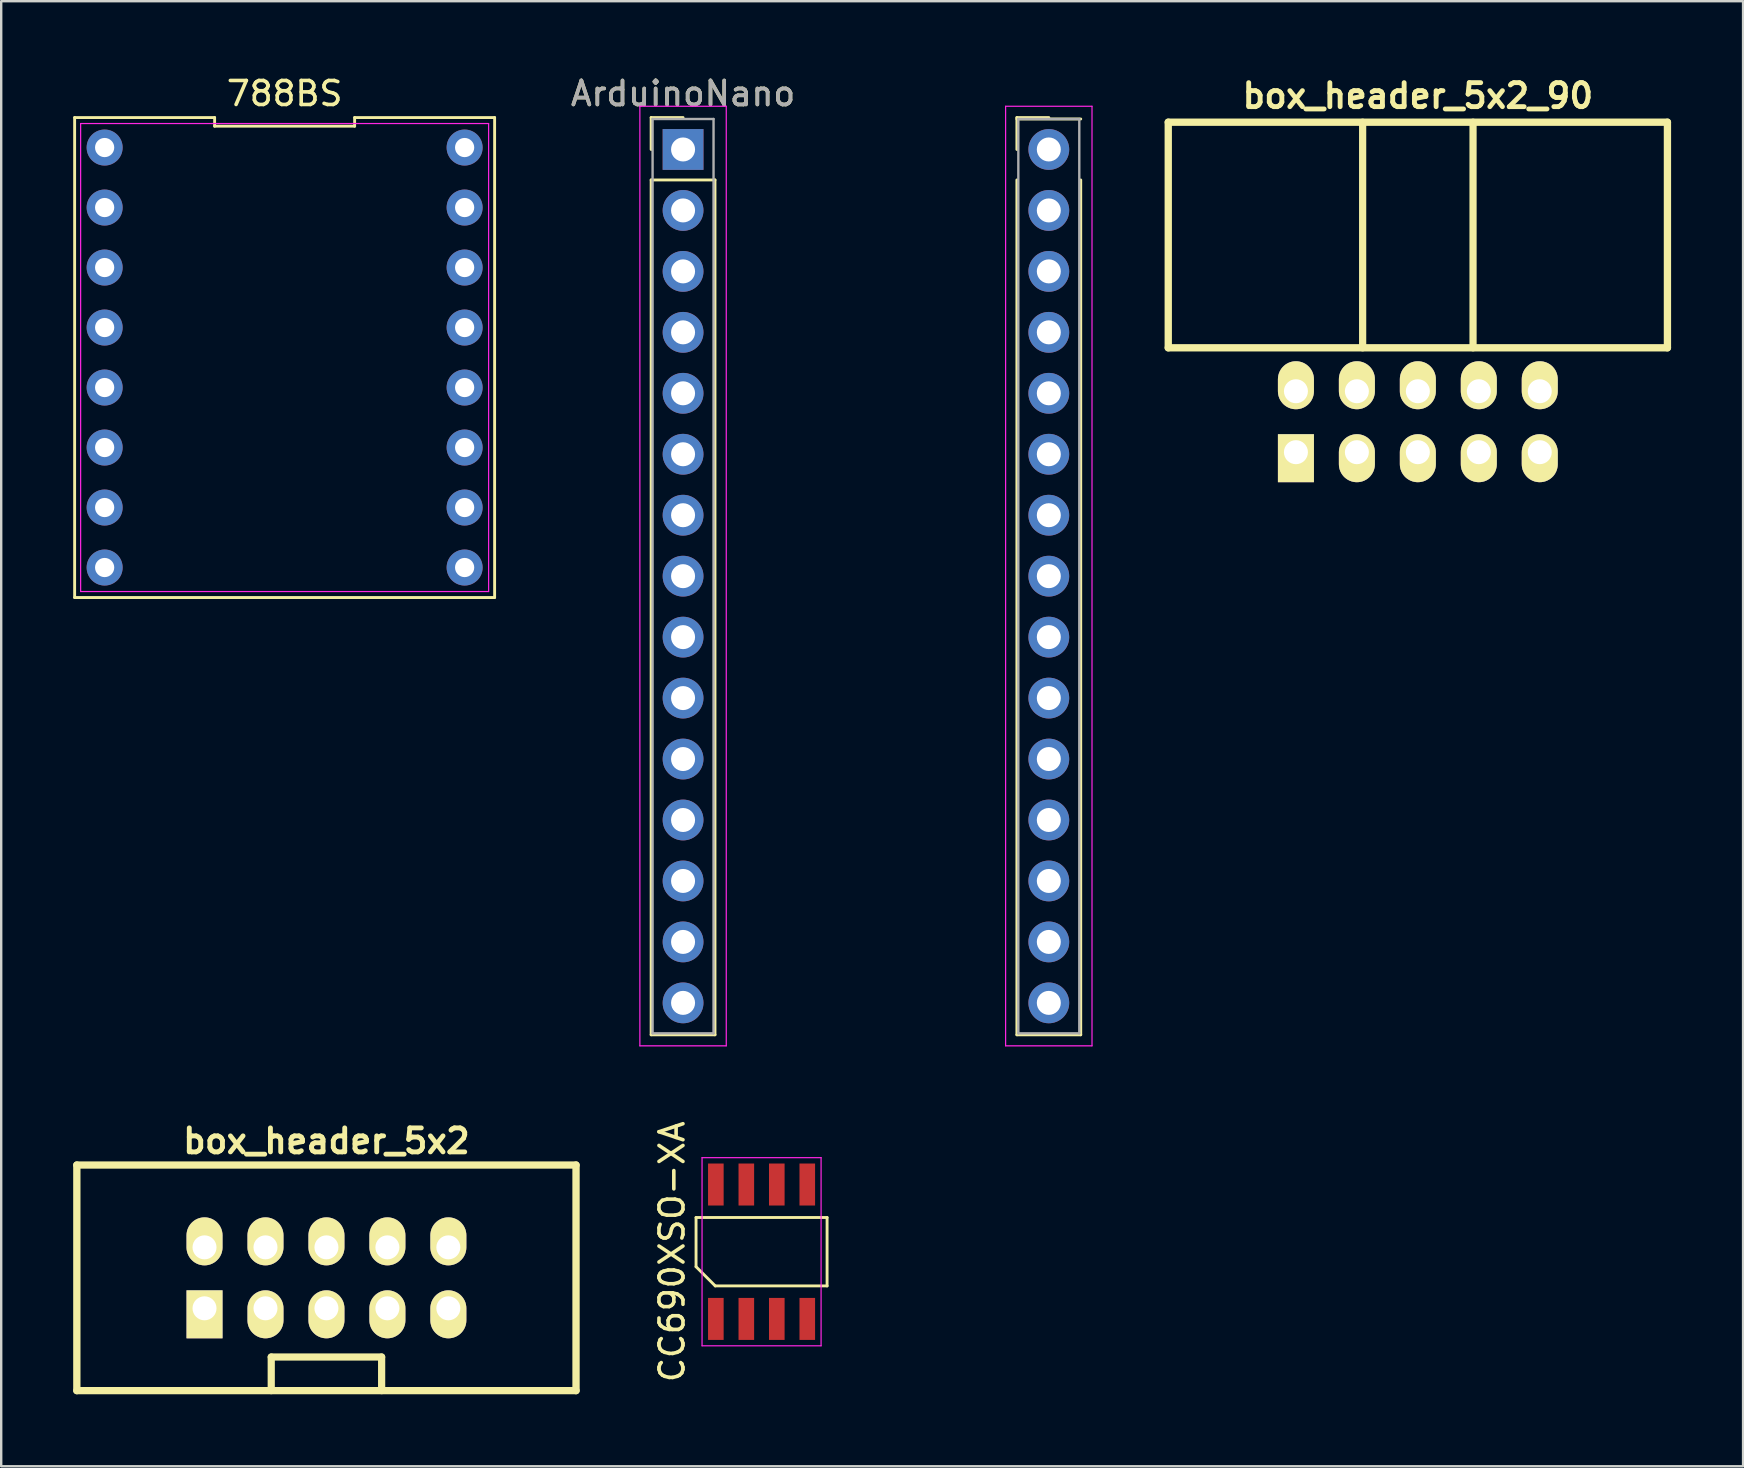
<source format=kicad_pcb>
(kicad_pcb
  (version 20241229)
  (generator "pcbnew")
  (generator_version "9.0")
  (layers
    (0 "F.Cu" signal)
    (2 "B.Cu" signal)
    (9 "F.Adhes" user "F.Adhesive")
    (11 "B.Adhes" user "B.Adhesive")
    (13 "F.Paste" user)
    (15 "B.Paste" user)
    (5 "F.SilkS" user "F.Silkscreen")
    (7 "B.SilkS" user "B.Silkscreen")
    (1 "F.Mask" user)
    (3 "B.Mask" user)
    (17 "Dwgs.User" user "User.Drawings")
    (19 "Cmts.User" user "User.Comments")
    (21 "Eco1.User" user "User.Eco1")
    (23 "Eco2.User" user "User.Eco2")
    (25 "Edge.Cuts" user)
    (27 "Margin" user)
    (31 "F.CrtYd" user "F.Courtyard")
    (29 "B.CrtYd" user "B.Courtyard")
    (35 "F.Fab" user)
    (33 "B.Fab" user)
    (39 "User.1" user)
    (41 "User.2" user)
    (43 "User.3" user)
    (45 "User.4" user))
  (footprint "ArduinoNano"
    (layer "F.Cu")
    (at 25.412 3.178)
    (property "Reference" "ArduinoNano" (at 0 -2.33 0) (layer "F.SilkS") (effects (font (size 1 1) (thickness 0.15))))
    (attr through_hole)
    (fp_line (start -1.33 -1.33) (end 0 -1.33) (stroke (width 0.12) (type solid)) (layer "F.SilkS"))
    (fp_line (start -1.33 0) (end -1.33 -1.33) (stroke (width 0.12) (type solid)) (layer "F.SilkS"))
    (fp_line (start -1.33 1.27) (end -1.33 36.89) (stroke (width 0.12) (type solid)) (layer "F.SilkS"))
    (fp_line (start -1.33 36.89) (end 1.33 36.89) (stroke (width 0.12) (type solid)) (layer "F.SilkS"))
    (fp_line (start 1.33 1.27) (end -1.33 1.27) (stroke (width 0.12) (type solid)) (layer "F.SilkS"))
    (fp_line (start 1.33 36.89) (end 1.33 1.27) (stroke (width 0.12) (type solid)) (layer "F.SilkS"))
    (fp_line (start 13.91 -1.33) (end 15.24 -1.33) (stroke (width 0.12) (type solid)) (layer "F.SilkS"))
    (fp_line (start 13.91 0) (end 13.91 -1.33) (stroke (width 0.12) (type solid)) (layer "F.SilkS"))
    (fp_line (start 13.91 1.27) (end 13.91 36.89) (stroke (width 0.12) (type solid)) (layer "F.SilkS"))
    (fp_line (start 13.91 36.89) (end 16.57 36.89) (stroke (width 0.12) (type solid)) (layer "F.SilkS"))
    (fp_line (start 16.57 -1.27) (end 13.91 -1.27) (stroke (width 0.12) (type solid)) (layer "F.SilkS"))
    (fp_line (start 16.57 36.89) (end 16.57 1.27) (stroke (width 0.12) (type solid)) (layer "F.SilkS"))
    (fp_line (start -1.8 -1.8) (end -1.8 37.35) (stroke (width 0.05) (type solid)) (layer "F.CrtYd"))
    (fp_line (start -1.8 37.35) (end 1.8 37.35) (stroke (width 0.05) (type solid)) (layer "F.CrtYd"))
    (fp_line (start 1.8 -1.8) (end -1.8 -1.8) (stroke (width 0.05) (type solid)) (layer "F.CrtYd"))
    (fp_line (start 1.8 37.35) (end 1.8 -1.8) (stroke (width 0.05) (type solid)) (layer "F.CrtYd"))
    (fp_line (start 13.44 -1.8) (end 13.44 37.35) (stroke (width 0.05) (type solid)) (layer "F.CrtYd"))
    (fp_line (start 13.44 37.35) (end 17.04 37.35) (stroke (width 0.05) (type solid)) (layer "F.CrtYd"))
    (fp_line (start 17.04 -1.8) (end 13.44 -1.8) (stroke (width 0.05) (type solid)) (layer "F.CrtYd"))
    (fp_line (start 17.04 37.35) (end 17.04 -1.8) (stroke (width 0.05) (type solid)) (layer "F.CrtYd"))
    (fp_line (start -1.27 -1.27) (end -1.27 36.83) (stroke (width 0.1) (type solid)) (layer "F.Fab"))
    (fp_line (start -1.27 36.83) (end 1.27 36.83) (stroke (width 0.1) (type solid)) (layer "F.Fab"))
    (fp_line (start 1.27 -1.27) (end -1.27 -1.27) (stroke (width 0.1) (type solid)) (layer "F.Fab"))
    (fp_line (start 1.27 36.83) (end 1.27 -1.27) (stroke (width 0.1) (type solid)) (layer "F.Fab"))
    (fp_line (start 13.97 -1.27) (end 13.97 36.83) (stroke (width 0.1) (type solid)) (layer "F.Fab"))
    (fp_line (start 13.97 36.83) (end 16.51 36.83) (stroke (width 0.1) (type solid)) (layer "F.Fab"))
    (fp_line (start 16.51 -1.27) (end 13.97 -1.27) (stroke (width 0.1) (type solid)) (layer "F.Fab"))
    (fp_line (start 16.51 36.83) (end 16.51 -1.27) (stroke (width 0.1) (type solid)) (layer "F.Fab"))
    (fp_text user "${REFERENCE}" (at 0 -2.33 0) (layer "F.Fab") (effects (font (size 1 1) (thickness 0.15))))
    (pad "1" thru_hole rect (at 0 0) (size 1.7 1.7) (drill 1) (layers "*.Cu" "*.Mask"))
    (pad "2" thru_hole oval (at 0 2.54) (size 1.7 1.7) (drill 1) (layers "*.Cu" "*.Mask"))
    (pad "3" thru_hole oval (at 0 5.08) (size 1.7 1.7) (drill 1) (layers "*.Cu" "*.Mask"))
    (pad "4" thru_hole oval (at 0 7.62) (size 1.7 1.7) (drill 1) (layers "*.Cu" "*.Mask"))
    (pad "5" thru_hole oval (at 0 10.16) (size 1.7 1.7) (drill 1) (layers "*.Cu" "*.Mask"))
    (pad "6" thru_hole oval (at 0 12.7) (size 1.7 1.7) (drill 1) (layers "*.Cu" "*.Mask"))
    (pad "7" thru_hole oval (at 0 15.24) (size 1.7 1.7) (drill 1) (layers "*.Cu" "*.Mask"))
    (pad "8" thru_hole oval (at 0 17.78) (size 1.7 1.7) (drill 1) (layers "*.Cu" "*.Mask"))
    (pad "9" thru_hole oval (at 0 20.32) (size 1.7 1.7) (drill 1) (layers "*.Cu" "*.Mask"))
    (pad "10" thru_hole oval (at 0 22.86) (size 1.7 1.7) (drill 1) (layers "*.Cu" "*.Mask"))
    (pad "11" thru_hole oval (at 0 25.4) (size 1.7 1.7) (drill 1) (layers "*.Cu" "*.Mask"))
    (pad "12" thru_hole oval (at 0 27.94) (size 1.7 1.7) (drill 1) (layers "*.Cu" "*.Mask"))
    (pad "13" thru_hole oval (at 0 30.48) (size 1.7 1.7) (drill 1) (layers "*.Cu" "*.Mask"))
    (pad "14" thru_hole oval (at 0 33.02) (size 1.7 1.7) (drill 1) (layers "*.Cu" "*.Mask"))
    (pad "15" thru_hole oval (at 0 35.56) (size 1.7 1.7) (drill 1) (layers "*.Cu" "*.Mask"))
    (pad "16" thru_hole oval (at 15.24 35.56) (size 1.7 1.7) (drill 1) (layers "*.Cu" "*.Mask"))
    (pad "17" thru_hole oval (at 15.24 33.02) (size 1.7 1.7) (drill 1) (layers "*.Cu" "*.Mask"))
    (pad "18" thru_hole oval (at 15.24 30.48) (size 1.7 1.7) (drill 1) (layers "*.Cu" "*.Mask"))
    (pad "19" thru_hole oval (at 15.24 27.94) (size 1.7 1.7) (drill 1) (layers "*.Cu" "*.Mask"))
    (pad "20" thru_hole oval (at 15.24 25.4) (size 1.7 1.7) (drill 1) (layers "*.Cu" "*.Mask"))
    (pad "21" thru_hole oval (at 15.24 22.86) (size 1.7 1.7) (drill 1) (layers "*.Cu" "*.Mask"))
    (pad "22" thru_hole oval (at 15.24 20.32) (size 1.7 1.7) (drill 1) (layers "*.Cu" "*.Mask"))
    (pad "23" thru_hole oval (at 15.24 17.78) (size 1.7 1.7) (drill 1) (layers "*.Cu" "*.Mask"))
    (pad "24" thru_hole oval (at 15.24 15.24) (size 1.7 1.7) (drill 1) (layers "*.Cu" "*.Mask"))
    (pad "25" thru_hole oval (at 15.24 12.7) (size 1.7 1.7) (drill 1) (layers "*.Cu" "*.Mask"))
    (pad "26" thru_hole oval (at 15.24 10.16) (size 1.7 1.7) (drill 1) (layers "*.Cu" "*.Mask"))
    (pad "27" thru_hole oval (at 15.24 7.62) (size 1.7 1.7) (drill 1) (layers "*.Cu" "*.Mask"))
    (pad "28" thru_hole oval (at 15.24 5.08) (size 1.7 1.7) (drill 1) (layers "*.Cu" "*.Mask"))
    (pad "29" thru_hole oval (at 15.24 2.54) (size 1.7 1.7) (drill 1) (layers "*.Cu" "*.Mask"))
    (pad "30" thru_hole circle (at 15.24 0) (size 1.7 1.7) (drill 1) (layers "*.Cu" "*.Mask")))
  (footprint "CC690XSO-XA"
    (layer "F.Cu")
    (at 28.683 49.107)
    (property "Reference" "CC690XSO-XA" (at -3.73 0 90) (layer "F.SilkS") (effects (font (size 1 1) (thickness 0.15))))
    (attr smd)
    (fp_line (start -2.73 -1.425) (end 2.73 -1.425) (stroke (width 0.12) (type solid)) (layer "F.SilkS"))
    (fp_line (start -2.73 0.625) (end -2.73 -1.425) (stroke (width 0.12) (type solid)) (layer "F.SilkS"))
    (fp_line (start -1.93 1.425) (end -2.73 0.625) (stroke (width 0.12) (type solid)) (layer "F.SilkS"))
    (fp_line (start 2.73 -1.425) (end 2.73 1.425) (stroke (width 0.12) (type solid)) (layer "F.SilkS"))
    (fp_line (start 2.73 1.425) (end -1.93 1.425) (stroke (width 0.12) (type solid)) (layer "F.SilkS"))
    (fp_line (start -2.48 -3.92) (end 2.48 -3.92) (stroke (width 0.05) (type solid)) (layer "F.CrtYd"))
    (fp_line (start -2.48 3.92) (end -2.48 -3.92) (stroke (width 0.05) (type solid)) (layer "F.CrtYd"))
    (fp_line (start 2.48 -3.92) (end 2.48 3.92) (stroke (width 0.05) (type solid)) (layer "F.CrtYd"))
    (fp_line (start 2.48 3.92) (end -2.48 3.92) (stroke (width 0.05) (type solid)) (layer "F.CrtYd"))
    (pad "1" smd rect (at -1.905 2.8) (size 0.65 1.75) (layers "F.Cu" "F.Mask" "F.Paste"))
    (pad "2" smd rect (at -0.635 2.8) (size 0.65 1.75) (layers "F.Cu" "F.Mask" "F.Paste"))
    (pad "3" smd rect (at 0.635 2.8) (size 0.65 1.75) (layers "F.Cu" "F.Mask" "F.Paste"))
    (pad "4" smd rect (at 1.905 2.8) (size 0.65 1.75) (layers "F.Cu" "F.Mask" "F.Paste"))
    (pad "5" smd rect (at 1.905 -2.8) (size 0.65 1.75) (layers "F.Cu" "F.Mask" "F.Paste"))
    (pad "6" smd rect (at 0.635 -2.8) (size 0.65 1.75) (layers "F.Cu" "F.Mask" "F.Paste"))
    (pad "7" smd rect (at -0.635 -2.8) (size 0.65 1.75) (layers "F.Cu" "F.Mask" "F.Paste"))
    (pad "8" smd rect (at -1.905 -2.8) (size 0.65 1.75) (layers "F.Cu" "F.Mask" "F.Paste")))
  (footprint "box_header_5x2"
    (layer "F.Cu")
    (at 10.552 50.195)
    (property "Reference" "box_header_5x2" (at 0 -5.7 0) (layer "F.SilkS") (effects (font (size 1 1) (thickness 0.203))))
    (attr through_hole)
    (fp_line (start -10.4 -4.7) (end -10.4 4.7) (stroke (width 0.305) (type solid)) (layer "F.SilkS"))
    (fp_line (start -10.4 4.7) (end 10.4 4.7) (stroke (width 0.305) (type solid)) (layer "F.SilkS"))
    (fp_line (start -2.3 3.3) (end -2.3 4.7) (stroke (width 0.3) (type solid)) (layer "F.SilkS"))
    (fp_line (start 2.3 3.3) (end -2.3 3.3) (stroke (width 0.3) (type solid)) (layer "F.SilkS"))
    (fp_line (start 2.3 4.7) (end 2.3 3.3) (stroke (width 0.3) (type solid)) (layer "F.SilkS"))
    (fp_line (start 10.4 -4.7) (end -10.4 -4.7) (stroke (width 0.305) (type solid)) (layer "F.SilkS"))
    (fp_line (start 10.4 -4.7) (end 10.4 4.7) (stroke (width 0.305) (type solid)) (layer "F.SilkS"))
    (pad "1" thru_hole rect (at -5.08 1.27) (size 1.5 2) (drill 1 (offset 0 0.25)) (layers "*.Cu" "*.Mask" "F.SilkS"))
    (pad "2" thru_hole oval (at -5.08 -1.27) (size 1.5 2) (drill 1 (offset 0 -0.25)) (layers "*.Cu" "*.Mask" "F.SilkS"))
    (pad "3" thru_hole oval (at -2.54 1.27) (size 1.5 2) (drill 1 (offset 0 0.25)) (layers "*.Cu" "*.Mask" "F.SilkS"))
    (pad "4" thru_hole oval (at -2.54 -1.27) (size 1.5 2) (drill 1 (offset 0 -0.25)) (layers "*.Cu" "*.Mask" "F.SilkS"))
    (pad "5" thru_hole oval (at 0 1.27) (size 1.5 2) (drill 1 (offset 0 0.25)) (layers "*.Cu" "*.Mask" "F.SilkS"))
    (pad "6" thru_hole oval (at 0 -1.27) (size 1.5 2) (drill 1 (offset 0 -0.25)) (layers "*.Cu" "*.Mask" "F.SilkS"))
    (pad "7" thru_hole oval (at 2.54 1.27) (size 1.5 2) (drill 1 (offset 0 0.25)) (layers "*.Cu" "*.Mask" "F.SilkS"))
    (pad "8" thru_hole oval (at 2.54 -1.27) (size 1.5 2) (drill 1 (offset 0 -0.25)) (layers "*.Cu" "*.Mask" "F.SilkS"))
    (pad "9" thru_hole oval (at 5.08 1.27) (size 1.5 2) (drill 1 (offset 0 0.25)) (layers "*.Cu" "*.Mask" "F.SilkS"))
    (pad "10" thru_hole oval (at 5.08 -1.27) (size 1.5 2) (drill 1 (offset 0 -0.25)) (layers "*.Cu" "*.Mask" "F.SilkS")))
  (footprint "box_header_5x2_90"
    (layer "F.Cu")
    (at 56.029 9.442)
    (property "Reference" "box_header_5x2_90" (at 0 -8.5 0) (layer "F.SilkS") (effects (font (size 1 1) (thickness 0.203))))
    (attr through_hole)
    (fp_line (start -10.4 -7.4) (end -10.4 2) (stroke (width 0.305) (type solid)) (layer "F.SilkS"))
    (fp_line (start -10.4 2) (end 10.4 2) (stroke (width 0.305) (type solid)) (layer "F.SilkS"))
    (fp_line (start -2.3 -7.4) (end -2.3 2) (stroke (width 0.3) (type solid)) (layer "F.SilkS"))
    (fp_line (start 2.3 -7.4) (end 2.3 2) (stroke (width 0.3) (type solid)) (layer "F.SilkS"))
    (fp_line (start 10.4 -7.4) (end -10.4 -7.4) (stroke (width 0.305) (type solid)) (layer "F.SilkS"))
    (fp_line (start 10.4 -7.4) (end 10.4 2) (stroke (width 0.305) (type solid)) (layer "F.SilkS"))
    (pad "1" thru_hole rect (at -5.08 6.35) (size 1.5 2) (drill 1 (offset 0 0.25)) (layers "*.Cu" "*.Mask" "F.SilkS"))
    (pad "2" thru_hole oval (at -5.08 3.81) (size 1.5 2) (drill 1 (offset 0 -0.25)) (layers "*.Cu" "*.Mask" "F.SilkS"))
    (pad "3" thru_hole oval (at -2.54 6.35) (size 1.5 2) (drill 1 (offset 0 0.25)) (layers "*.Cu" "*.Mask" "F.SilkS"))
    (pad "4" thru_hole oval (at -2.54 3.81) (size 1.5 2) (drill 1 (offset 0 -0.25)) (layers "*.Cu" "*.Mask" "F.SilkS"))
    (pad "5" thru_hole oval (at 0 6.35) (size 1.5 2) (drill 1 (offset 0 0.25)) (layers "*.Cu" "*.Mask" "F.SilkS"))
    (pad "6" thru_hole oval (at 0 3.81) (size 1.5 2) (drill 1 (offset 0 -0.25)) (layers "*.Cu" "*.Mask" "F.SilkS"))
    (pad "7" thru_hole oval (at 2.54 6.35) (size 1.5 2) (drill 1 (offset 0 0.25)) (layers "*.Cu" "*.Mask" "F.SilkS"))
    (pad "8" thru_hole oval (at 2.54 3.81) (size 1.5 2) (drill 1 (offset 0 -0.25)) (layers "*.Cu" "*.Mask" "F.SilkS"))
    (pad "9" thru_hole oval (at 5.08 6.35) (size 1.5 2) (drill 1 (offset 0 0.25)) (layers "*.Cu" "*.Mask" "F.SilkS"))
    (pad "10" thru_hole oval (at 5.08 3.81) (size 1.5 2) (drill 1 (offset 0 -0.25)) (layers "*.Cu" "*.Mask" "F.SilkS")))
  (footprint "788BS"
    (layer "F.Cu")
    (at 8.81 11.848)
    (property "Reference" "788BS" (at 0 -11 0) (layer "F.SilkS") (effects (font (size 1 1) (thickness 0.15))))
    (attr through_hole)
    (fp_line (start -8.75 -10) (end -8.75 10) (stroke (width 0.12) (type solid)) (layer "F.SilkS"))
    (fp_line (start -8.75 10) (end 8.75 10) (stroke (width 0.12) (type solid)) (layer "F.SilkS"))
    (fp_line (start -2.917 -10) (end -8.75 -10) (stroke (width 0.12) (type solid)) (layer "F.SilkS"))
    (fp_line (start -2.917 -9.64) (end -2.917 -10) (stroke (width 0.12) (type solid)) (layer "F.SilkS"))
    (fp_line (start 2.917 -10) (end 2.917 -9.64) (stroke (width 0.12) (type solid)) (layer "F.SilkS"))
    (fp_line (start 2.917 -9.64) (end -2.917 -9.64) (stroke (width 0.12) (type solid)) (layer "F.SilkS"))
    (fp_line (start 8.75 -10) (end 2.917 -10) (stroke (width 0.12) (type solid)) (layer "F.SilkS"))
    (fp_line (start 8.75 10) (end 8.75 -10) (stroke (width 0.12) (type solid)) (layer "F.SilkS"))
    (fp_line (start -8.5 -9.75) (end 8.5 -9.75) (stroke (width 0.05) (type solid)) (layer "F.CrtYd"))
    (fp_line (start -8.5 9.75) (end -8.5 -9.75) (stroke (width 0.05) (type solid)) (layer "F.CrtYd"))
    (fp_line (start 8.5 -9.75) (end 8.5 9.75) (stroke (width 0.05) (type solid)) (layer "F.CrtYd"))
    (fp_line (start 8.5 9.75) (end -8.5 9.75) (stroke (width 0.05) (type solid)) (layer "F.CrtYd"))
    (pad "1" thru_hole circle (at -7.5 -8.75 270) (size 1.5 1.5) (drill 0.8) (layers "*.Cu" "*.Mask"))
    (pad "2" thru_hole circle (at -7.5 -6.25 270) (size 1.5 1.5) (drill 0.8) (layers "*.Cu" "*.Mask"))
    (pad "3" thru_hole circle (at -7.5 -3.75 270) (size 1.5 1.5) (drill 0.8) (layers "*.Cu" "*.Mask"))
    (pad "4" thru_hole circle (at -7.5 -1.25 270) (size 1.5 1.5) (drill 0.8) (layers "*.Cu" "*.Mask"))
    (pad "5" thru_hole circle (at -7.5 1.25 270) (size 1.5 1.5) (drill 0.8) (layers "*.Cu" "*.Mask"))
    (pad "6" thru_hole circle (at -7.5 3.75 270) (size 1.5 1.5) (drill 0.8) (layers "*.Cu" "*.Mask"))
    (pad "7" thru_hole circle (at -7.5 6.25 270) (size 1.5 1.5) (drill 0.8) (layers "*.Cu" "*.Mask"))
    (pad "8" thru_hole circle (at -7.5 8.75 270) (size 1.5 1.5) (drill 0.8) (layers "*.Cu" "*.Mask"))
    (pad "9" thru_hole circle (at 7.5 8.75 270) (size 1.5 1.5) (drill 0.8) (layers "*.Cu" "*.Mask"))
    (pad "10" thru_hole circle (at 7.5 6.25 270) (size 1.5 1.5) (drill 0.8) (layers "*.Cu" "*.Mask"))
    (pad "11" thru_hole circle (at 7.5 3.75 270) (size 1.5 1.5) (drill 0.8) (layers "*.Cu" "*.Mask"))
    (pad "12" thru_hole circle (at 7.5 1.25 270) (size 1.5 1.5) (drill 0.8) (layers "*.Cu" "*.Mask"))
    (pad "13" thru_hole circle (at 7.5 -1.25 270) (size 1.5 1.5) (drill 0.8) (layers "*.Cu" "*.Mask"))
    (pad "14" thru_hole circle (at 7.5 -3.75 270) (size 1.5 1.5) (drill 0.8) (layers "*.Cu" "*.Mask"))
    (pad "15" thru_hole circle (at 7.5 -6.25 270) (size 1.5 1.5) (drill 0.8) (layers "*.Cu" "*.Mask"))
    (pad "16" thru_hole circle (at 7.5 -8.75 270) (size 1.5 1.5) (drill 0.8) (layers "*.Cu" "*.Mask")))
  (gr_rect
    (start -3 -3)
    (end 69.581 58.047)
    (stroke (width 0.1) (type default))
    (fill no)
    (layer "Edge.Cuts")))
</source>
